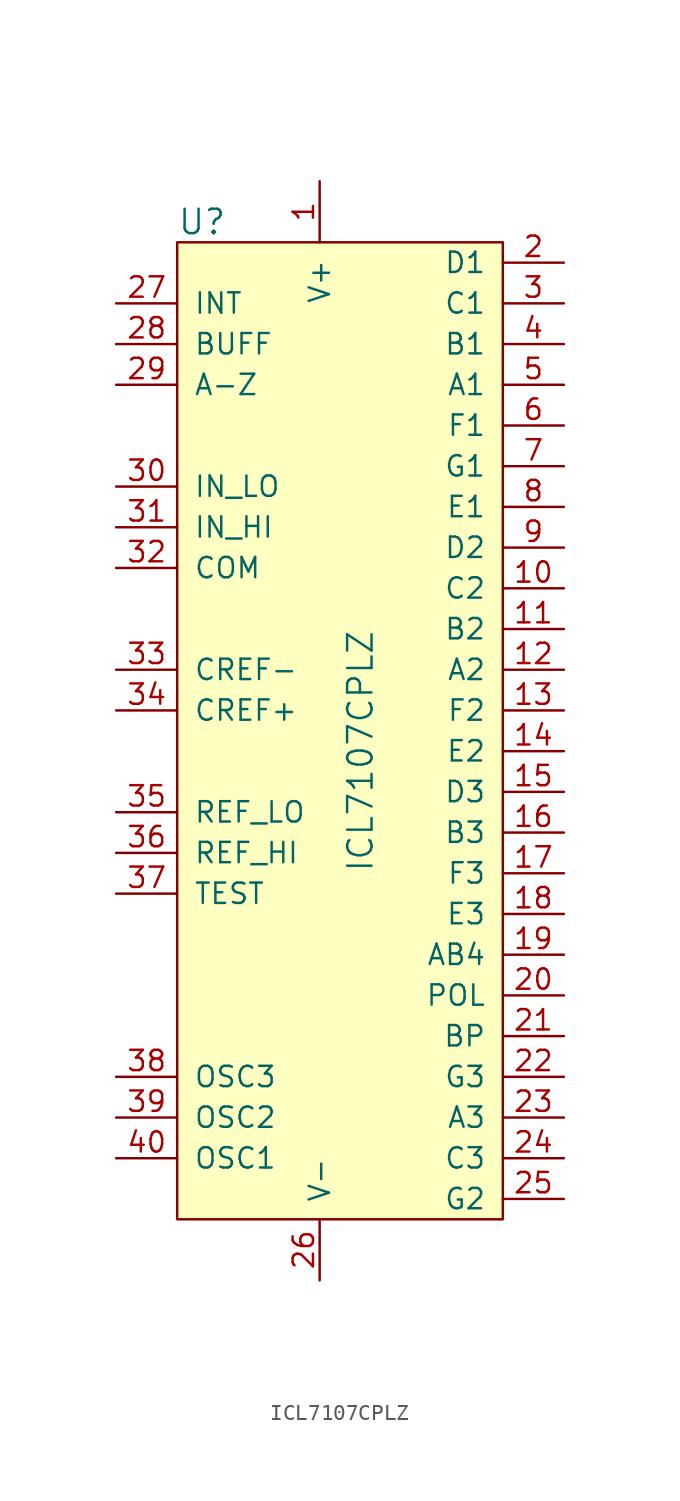
<source format=kicad_sym>
(kicad_symbol_lib
  (version 20220914)
  (generator kicad_symbol_editor)
  (symbol "ICL7107CPLZ"
    (pin_names
      (offset 1.016))
    (property "Reference" "U"
      (at -8.89 33.02 0)
      (effects (font (size 1.524 1.524)) (justify left)))
    (property "Value" "ICL7107CPLZ"
      (at 2.54 0 90)
      (effects (font (size 1.524 1.524))))
    (symbol "ICL7107CPLZ_0_1"
      (rectangle (start -8.89 31.75) (end 11.43 -29.21) (stroke (width 0) (type default)) (fill (type background))))
    (symbol "ICL7107CPLZ_1_1"
      (pin power_in line (at 0 35.56 270) (length 3.81) (name "V+" (effects (font (size 1.27 1.27)))) (number "1" (effects (font (size 1.27 1.27)))))
      (pin output line (at 15.24 10.16 180) (length 3.81) (name "C2" (effects (font (size 1.27 1.27)))) (number "10" (effects (font (size 1.27 1.27)))))
      (pin output line (at 15.24 7.62 180) (length 3.81) (name "B2" (effects (font (size 1.27 1.27)))) (number "11" (effects (font (size 1.27 1.27)))))
      (pin output line (at 15.24 5.08 180) (length 3.81) (name "A2" (effects (font (size 1.27 1.27)))) (number "12" (effects (font (size 1.27 1.27)))))
      (pin output line (at 15.24 2.54 180) (length 3.81) (name "F2" (effects (font (size 1.27 1.27)))) (number "13" (effects (font (size 1.27 1.27)))))
      (pin output line (at 15.24 0 180) (length 3.81) (name "E2" (effects (font (size 1.27 1.27)))) (number "14" (effects (font (size 1.27 1.27)))))
      (pin output line (at 15.24 -2.54 180) (length 3.81) (name "D3" (effects (font (size 1.27 1.27)))) (number "15" (effects (font (size 1.27 1.27)))))
      (pin output line (at 15.24 -5.08 180) (length 3.81) (name "B3" (effects (font (size 1.27 1.27)))) (number "16" (effects (font (size 1.27 1.27)))))
      (pin output line (at 15.24 -7.62 180) (length 3.81) (name "F3" (effects (font (size 1.27 1.27)))) (number "17" (effects (font (size 1.27 1.27)))))
      (pin output line (at 15.24 -10.16 180) (length 3.81) (name "E3" (effects (font (size 1.27 1.27)))) (number "18" (effects (font (size 1.27 1.27)))))
      (pin output line (at 15.24 -12.7 180) (length 3.81) (name "AB4" (effects (font (size 1.27 1.27)))) (number "19" (effects (font (size 1.27 1.27)))))
      (pin output line (at 15.24 30.48 180) (length 3.81) (name "D1" (effects (font (size 1.27 1.27)))) (number "2" (effects (font (size 1.27 1.27)))))
      (pin output line (at 15.24 -15.24 180) (length 3.81) (name "POL" (effects (font (size 1.27 1.27)))) (number "20" (effects (font (size 1.27 1.27)))))
      (pin output line (at 15.24 -17.78 180) (length 3.81) (name "BP" (effects (font (size 1.27 1.27)))) (number "21" (effects (font (size 1.27 1.27)))))
      (pin output line (at 15.24 -20.32 180) (length 3.81) (name "G3" (effects (font (size 1.27 1.27)))) (number "22" (effects (font (size 1.27 1.27)))))
      (pin output line (at 15.24 -22.86 180) (length 3.81) (name "A3" (effects (font (size 1.27 1.27)))) (number "23" (effects (font (size 1.27 1.27)))))
      (pin output line (at 15.24 -25.4 180) (length 3.81) (name "C3" (effects (font (size 1.27 1.27)))) (number "24" (effects (font (size 1.27 1.27)))))
      (pin output line (at 15.24 -27.94 180) (length 3.81) (name "G2" (effects (font (size 1.27 1.27)))) (number "25" (effects (font (size 1.27 1.27)))))
      (pin power_in line (at 0 -33.02 90) (length 3.81) (name "V-" (effects (font (size 1.27 1.27)))) (number "26" (effects (font (size 1.27 1.27)))))
      (pin passive line (at -12.7 27.94 0) (length 3.81) (name "INT" (effects (font (size 1.27 1.27)))) (number "27" (effects (font (size 1.27 1.27)))))
      (pin passive line (at -12.7 25.4 0) (length 3.81) (name "BUFF" (effects (font (size 1.27 1.27)))) (number "28" (effects (font (size 1.27 1.27)))))
      (pin passive line (at -12.7 22.86 0) (length 3.81) (name "A-Z" (effects (font (size 1.27 1.27)))) (number "29" (effects (font (size 1.27 1.27)))))
      (pin output line (at 15.24 27.94 180) (length 3.81) (name "C1" (effects (font (size 1.27 1.27)))) (number "3" (effects (font (size 1.27 1.27)))))
      (pin input line (at -12.7 16.51 0) (length 3.81) (name "IN_LO" (effects (font (size 1.27 1.27)))) (number "30" (effects (font (size 1.27 1.27)))))
      (pin input line (at -12.7 13.97 0) (length 3.81) (name "IN_HI" (effects (font (size 1.27 1.27)))) (number "31" (effects (font (size 1.27 1.27)))))
      (pin input line (at -12.7 11.43 0) (length 3.81) (name "COM" (effects (font (size 1.27 1.27)))) (number "32" (effects (font (size 1.27 1.27)))))
      (pin passive line (at -12.7 5.08 0) (length 3.81) (name "CREF-" (effects (font (size 1.27 1.27)))) (number "33" (effects (font (size 1.27 1.27)))))
      (pin passive line (at -12.7 2.54 0) (length 3.81) (name "CREF+" (effects (font (size 1.27 1.27)))) (number "34" (effects (font (size 1.27 1.27)))))
      (pin input line (at -12.7 -3.81 0) (length 3.81) (name "REF_LO" (effects (font (size 1.27 1.27)))) (number "35" (effects (font (size 1.27 1.27)))))
      (pin input line (at -12.7 -6.35 0) (length 3.81) (name "REF_HI" (effects (font (size 1.27 1.27)))) (number "36" (effects (font (size 1.27 1.27)))))
      (pin input line (at -12.7 -8.89 0) (length 3.81) (name "TEST" (effects (font (size 1.27 1.27)))) (number "37" (effects (font (size 1.27 1.27)))))
      (pin passive line (at -12.7 -20.32 0) (length 3.81) (name "OSC3" (effects (font (size 1.27 1.27)))) (number "38" (effects (font (size 1.27 1.27)))))
      (pin passive line (at -12.7 -22.86 0) (length 3.81) (name "OSC2" (effects (font (size 1.27 1.27)))) (number "39" (effects (font (size 1.27 1.27)))))
      (pin output line (at 15.24 25.4 180) (length 3.81) (name "B1" (effects (font (size 1.27 1.27)))) (number "4" (effects (font (size 1.27 1.27)))))
      (pin passive line (at -12.7 -25.4 0) (length 3.81) (name "OSC1" (effects (font (size 1.27 1.27)))) (number "40" (effects (font (size 1.27 1.27)))))
      (pin output line (at 15.24 22.86 180) (length 3.81) (name "A1" (effects (font (size 1.27 1.27)))) (number "5" (effects (font (size 1.27 1.27)))))
      (pin output line (at 15.24 20.32 180) (length 3.81) (name "F1" (effects (font (size 1.27 1.27)))) (number "6" (effects (font (size 1.27 1.27)))))
      (pin output line (at 15.24 17.78 180) (length 3.81) (name "G1" (effects (font (size 1.27 1.27)))) (number "7" (effects (font (size 1.27 1.27)))))
      (pin output line (at 15.24 15.24 180) (length 3.81) (name "E1" (effects (font (size 1.27 1.27)))) (number "8" (effects (font (size 1.27 1.27)))))
      (pin output line (at 15.24 12.7 180) (length 3.81) (name "D2" (effects (font (size 1.27 1.27)))) (number "9" (effects (font (size 1.27 1.27))))))))
</source>
